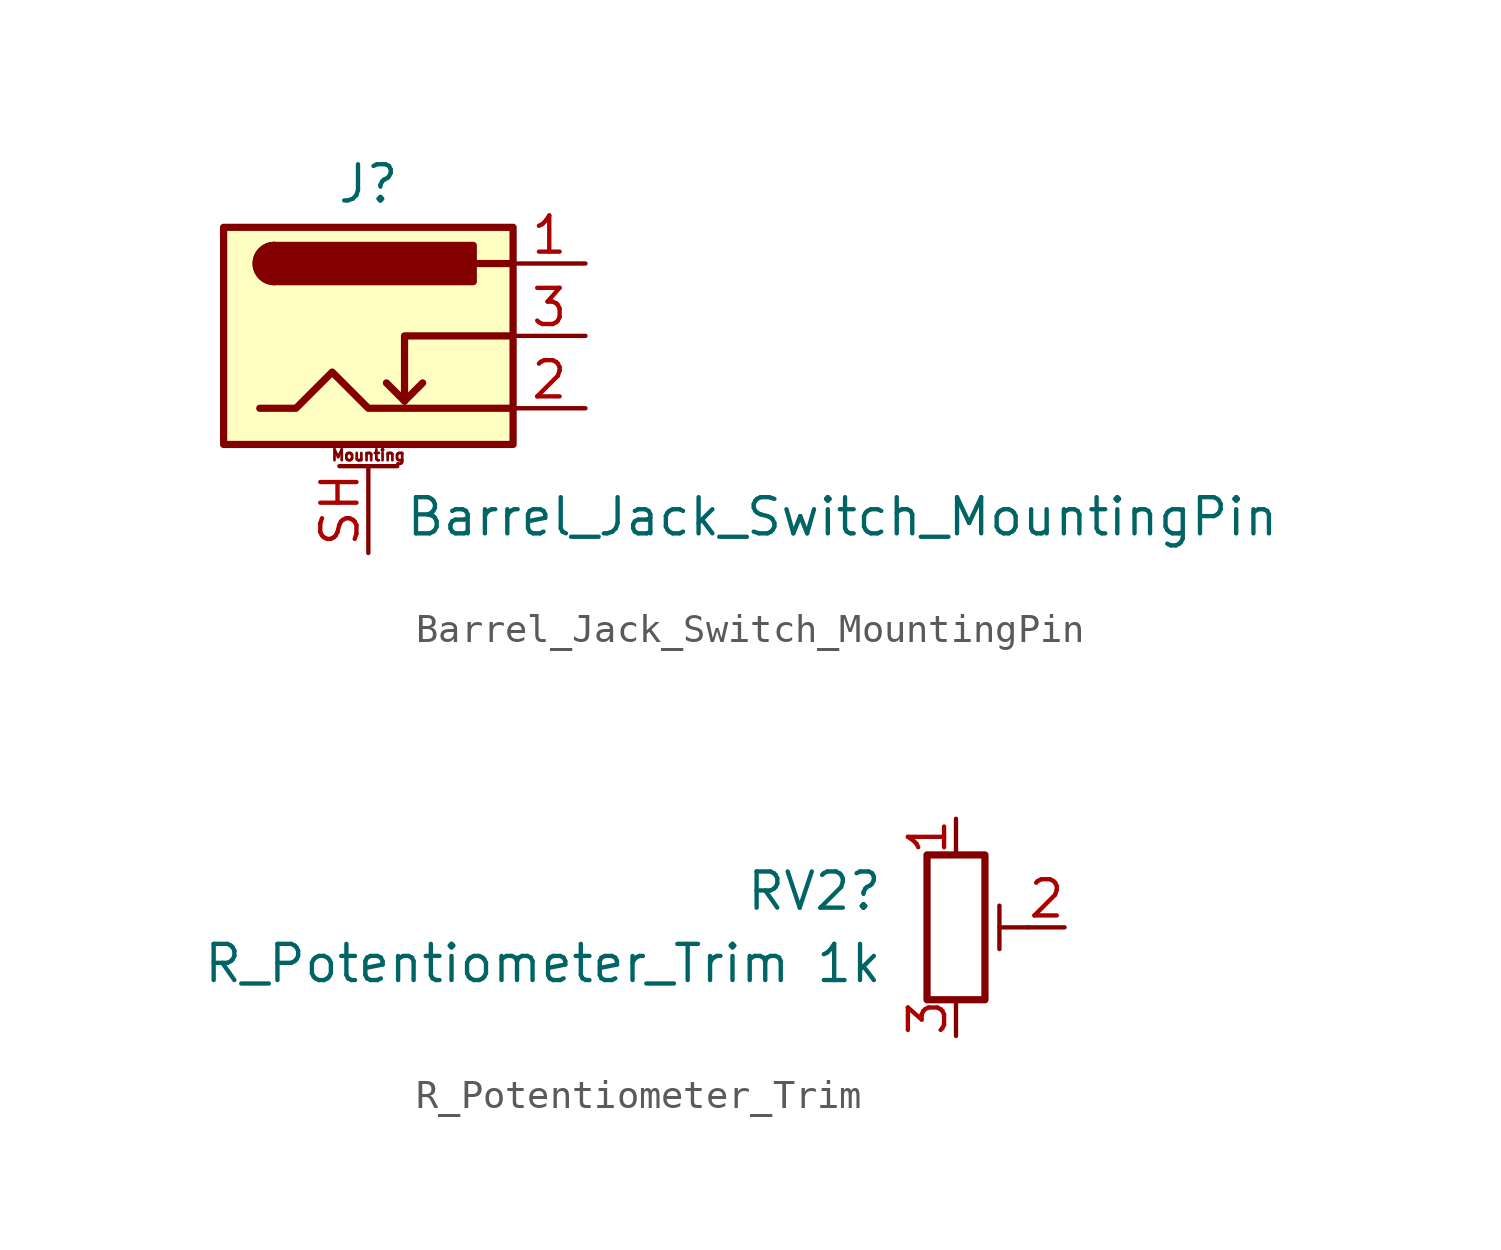
<source format=kicad_sym>
(kicad_symbol_lib
  (version 20241209)
  (generator "kicad_symbol_editor")
  (generator_version "9.0")
  (symbol "Barrel_Jack_Switch_MountingPin"
    (pin_names
      (hide yes))
    (property "Reference" "J"
      (at 0 5.334 0)
      (effects (font (size 1.27 1.27))))
    (property "Value" "Barrel_Jack_Switch_MountingPin"
      (at 1.27 -6.35 0)
      (effects (font (size 1.27 1.27)) (justify left)))
    (symbol "Barrel_Jack_Switch_MountingPin_0_1"
      (rectangle (start -5.08 3.81) (end 5.08 -3.81) (stroke (width 0.254) (type default)) (fill (type background)))
      (polyline (pts (xy -3.81 -2.54) (xy -2.54 -2.54) (xy -1.27 -1.27) (xy 0 -2.54) (xy 2.54 -2.54) (xy 5.08 -2.54)) (stroke (width 0.254) (type default)) (fill (type none)))
      (arc (start -3.302 1.905) (mid -3.9343 2.54) (end -3.302 3.175) (stroke (width 0.254) (type default)) (fill (type none)))
      (arc (start -3.302 1.905) (mid -3.9343 2.54) (end -3.302 3.175) (stroke (width 0.254) (type default)) (fill (type outline)))
      (polyline (pts (xy 1.27 -2.286) (xy 1.905 -1.651)) (stroke (width 0.254) (type default)) (fill (type none)))
      (rectangle (start 3.683 3.175) (end -3.302 1.905) (stroke (width 0.254) (type default)) (fill (type outline)))
      (polyline (pts (xy 5.08 2.54) (xy 3.81 2.54)) (stroke (width 0.254) (type default)) (fill (type none)))
      (polyline (pts (xy 5.08 0) (xy 1.27 0) (xy 1.27 -2.286) (xy 0.635 -1.651)) (stroke (width 0.254) (type default)) (fill (type none))))
    (symbol "Barrel_Jack_Switch_MountingPin_1_1"
      (polyline (pts (xy -1.016 -4.572) (xy 1.016 -4.572)) (stroke (width 0.152) (type default)) (fill (type none)))
      (text "Mounting" (at 0 -4.191 0) (effects (font (size 0.381 0.381))))
      (pin passive line (at 0 -7.62 90) (length 3.048) (name "MountPin" (effects (font (size 1.27 1.27)))) (number "SH" (effects (font (size 1.27 1.27)))))
      (pin passive line (at 7.62 2.54 180) (length 2.54) (name "~" (effects (font (size 1.27 1.27)))) (number "1" (effects (font (size 1.27 1.27)))))
      (pin passive line (at 7.62 0 180) (length 2.54) (name "~" (effects (font (size 1.27 1.27)))) (number "3" (effects (font (size 1.27 1.27)))))
      (pin passive line (at 7.62 -2.54 180) (length 2.54) (name "~" (effects (font (size 1.27 1.27)))) (number "2" (effects (font (size 1.27 1.27)))))))
  (symbol "R_Potentiometer_Trim"
    (pin_names
      (offset 1.016)
      (hide yes))
    (property "Reference" "RV2"
      (at -2.54 1.27 0)
      (effects (font (size 1.27 1.27)) (justify right)))
    (property "Value" "R_Potentiometer_Trim 1k"
      (at -2.54 -1.27 0)
      (effects (font (size 1.27 1.27)) (justify right)))
    (symbol "R_Potentiometer_Trim_0_1"
      (rectangle (start 1.016 2.54) (end -1.016 -2.54) (stroke (width 0.254) (type default)) (fill (type none)))
      (polyline (pts (xy 1.524 0.762) (xy 1.524 -0.762)) (stroke (width 0) (type default)) (fill (type none)))
      (polyline (pts (xy 2.54 0) (xy 1.524 0)) (stroke (width 0) (type default)) (fill (type none))))
    (symbol "R_Potentiometer_Trim_1_1"
      (pin passive line (at 0 3.81 270) (length 1.27) (name "1" (effects (font (size 1.27 1.27)))) (number "1" (effects (font (size 1.27 1.27)))))
      (pin passive line (at 0 -3.81 90) (length 1.27) (name "3" (effects (font (size 1.27 1.27)))) (number "3" (effects (font (size 1.27 1.27)))))
      (pin passive line (at 3.81 0 180) (length 1.27) (name "2" (effects (font (size 1.27 1.27)))) (number "2" (effects (font (size 1.27 1.27))))))))
</source>
